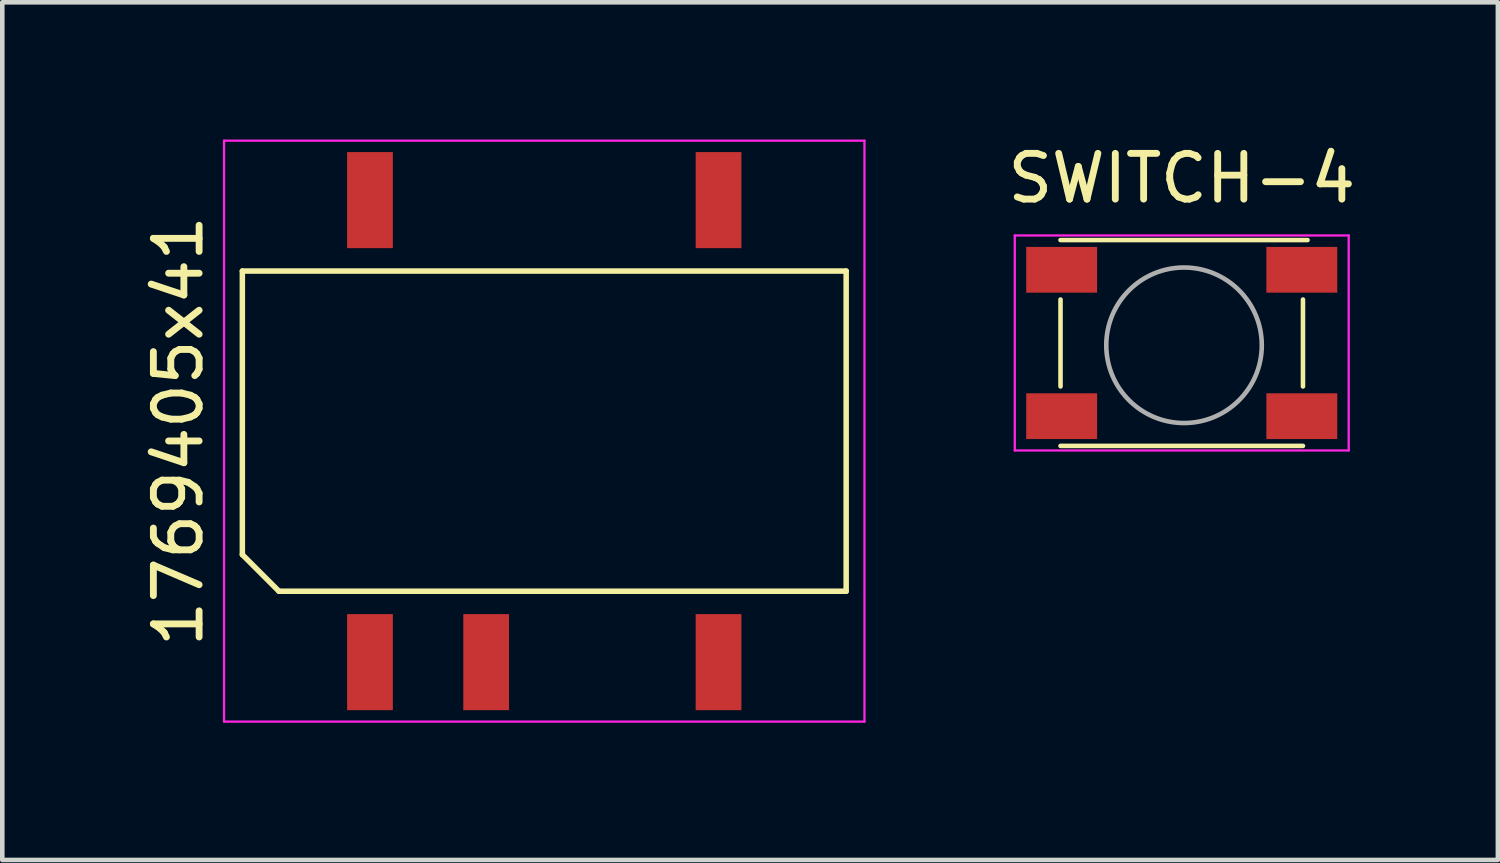
<source format=kicad_pcb>
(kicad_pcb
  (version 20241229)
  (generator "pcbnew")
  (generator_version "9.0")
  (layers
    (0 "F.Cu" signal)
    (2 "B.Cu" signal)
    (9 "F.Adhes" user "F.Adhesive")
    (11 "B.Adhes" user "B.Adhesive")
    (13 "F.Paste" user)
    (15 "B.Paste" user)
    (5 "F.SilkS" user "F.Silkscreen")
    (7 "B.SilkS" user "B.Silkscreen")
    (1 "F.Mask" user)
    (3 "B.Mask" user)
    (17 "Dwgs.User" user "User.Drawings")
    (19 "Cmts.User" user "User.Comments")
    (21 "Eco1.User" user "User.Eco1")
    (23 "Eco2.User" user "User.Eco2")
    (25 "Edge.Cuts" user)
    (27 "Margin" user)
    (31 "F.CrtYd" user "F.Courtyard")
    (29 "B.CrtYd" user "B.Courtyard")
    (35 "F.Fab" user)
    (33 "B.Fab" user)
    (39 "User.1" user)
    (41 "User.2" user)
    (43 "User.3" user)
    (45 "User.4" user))
  (footprint "SWITCH-4"
    (layer "F.Cu")
    (at 22.834 4.498)
    (property "Reference" "SWITCH-4" (at -0.05 -3.65 0) (layer "F.SilkS") (effects (font (size 1 1) (thickness 0.15))))
    (attr smd)
    (fp_line (start -2.7 -2.3) (end 2.7 -2.3) (stroke (width 0.1) (type default)) (layer "F.SilkS"))
    (fp_line (start -2.7 0.9) (end -2.7 -1) (stroke (width 0.1) (type default)) (layer "F.SilkS"))
    (fp_line (start 2.6 -1) (end 2.6 0.9) (stroke (width 0.1) (type default)) (layer "F.SilkS"))
    (fp_line (start 2.6 2.2) (end -2.7 2.2) (stroke (width 0.1) (type default)) (layer "F.SilkS"))
    (fp_line (start -3.7 -2.4) (end 3.6 -2.4) (stroke (width 0.05) (type default)) (layer "F.CrtYd"))
    (fp_line (start -3.7 2.3) (end -3.7 -2.4) (stroke (width 0.05) (type default)) (layer "F.CrtYd"))
    (fp_line (start 3.6 -2.4) (end 3.6 2.3) (stroke (width 0.05) (type default)) (layer "F.CrtYd"))
    (fp_line (start 3.6 2.3) (end -3.7 2.3) (stroke (width 0.05) (type default)) (layer "F.CrtYd"))
    (fp_circle (center 0 0) (end 1.7 0) (stroke (width 0.1) (type default)) (fill no) (layer "F.Fab"))
    (pad "1" smd rect (at -2.675 -1.65 270) (size 1 1.55) (layers "F.Cu" "F.Mask" "F.Paste"))
    (pad "2" smd rect (at 2.575 -1.65 270) (size 1 1.55) (layers "F.Cu" "F.Mask" "F.Paste"))
    (pad "3" smd rect (at -2.675 1.55 270) (size 1 1.55) (layers "F.Cu" "F.Mask" "F.Paste"))
    (pad "4" smd rect (at 2.575 1.55 270) (size 1 1.55) (layers "F.Cu" "F.Mask" "F.Paste")))
  (footprint "1769405x41"
    (layer "F.Cu")
    (at 8.848 6.375)
    (property "Reference" "1769405x41" (at -8 0 90) (layer "F.SilkS") (effects (font (size 1 1) (thickness 0.15))))
    (attr smd)
    (fp_line (start -6.6 -3.5) (end 6.6 -3.5) (stroke (width 0.12) (type default)) (layer "F.SilkS"))
    (fp_line (start -6.6 2.7) (end -6.6 -3.5) (stroke (width 0.12) (type default)) (layer "F.SilkS"))
    (fp_line (start -5.8 3.5) (end -6.6 2.7) (stroke (width 0.12) (type default)) (layer "F.SilkS"))
    (fp_line (start 6.6 -3.5) (end 6.6 3.5) (stroke (width 0.12) (type default)) (layer "F.SilkS"))
    (fp_line (start 6.6 3.5) (end -5.8 3.5) (stroke (width 0.12) (type default)) (layer "F.SilkS"))
    (fp_line (start -7 -6.35) (end 7 -6.35) (stroke (width 0.05) (type default)) (layer "F.CrtYd"))
    (fp_line (start -7 6.35) (end -7 -6.35) (stroke (width 0.05) (type default)) (layer "F.CrtYd"))
    (fp_line (start 7 -6.35) (end 7 6.35) (stroke (width 0.05) (type default)) (layer "F.CrtYd"))
    (fp_line (start 7 6.35) (end -7 6.35) (stroke (width 0.05) (type default)) (layer "F.CrtYd"))
    (pad "1" smd rect (at -3.81 5.05) (size 1 2.1) (layers "F.Cu" "F.Mask" "F.Paste"))
    (pad "2" smd rect (at -1.27 5.05) (size 1 2.1) (layers "F.Cu" "F.Mask" "F.Paste"))
    (pad "4" smd rect (at 3.81 5.05) (size 1 2.1) (layers "F.Cu" "F.Mask" "F.Paste"))
    (pad "5" smd rect (at 3.81 -5.05) (size 1 2.1) (layers "F.Cu" "F.Mask" "F.Paste"))
    (pad "8" smd rect (at -3.81 -5.05) (size 1 2.1) (layers "F.Cu" "F.Mask" "F.Paste")))
  (gr_rect
    (start -3 -3)
    (end 29.695 15.75)
    (stroke (width 0.1) (type default))
    (fill no)
    (layer "Edge.Cuts")))
</source>
